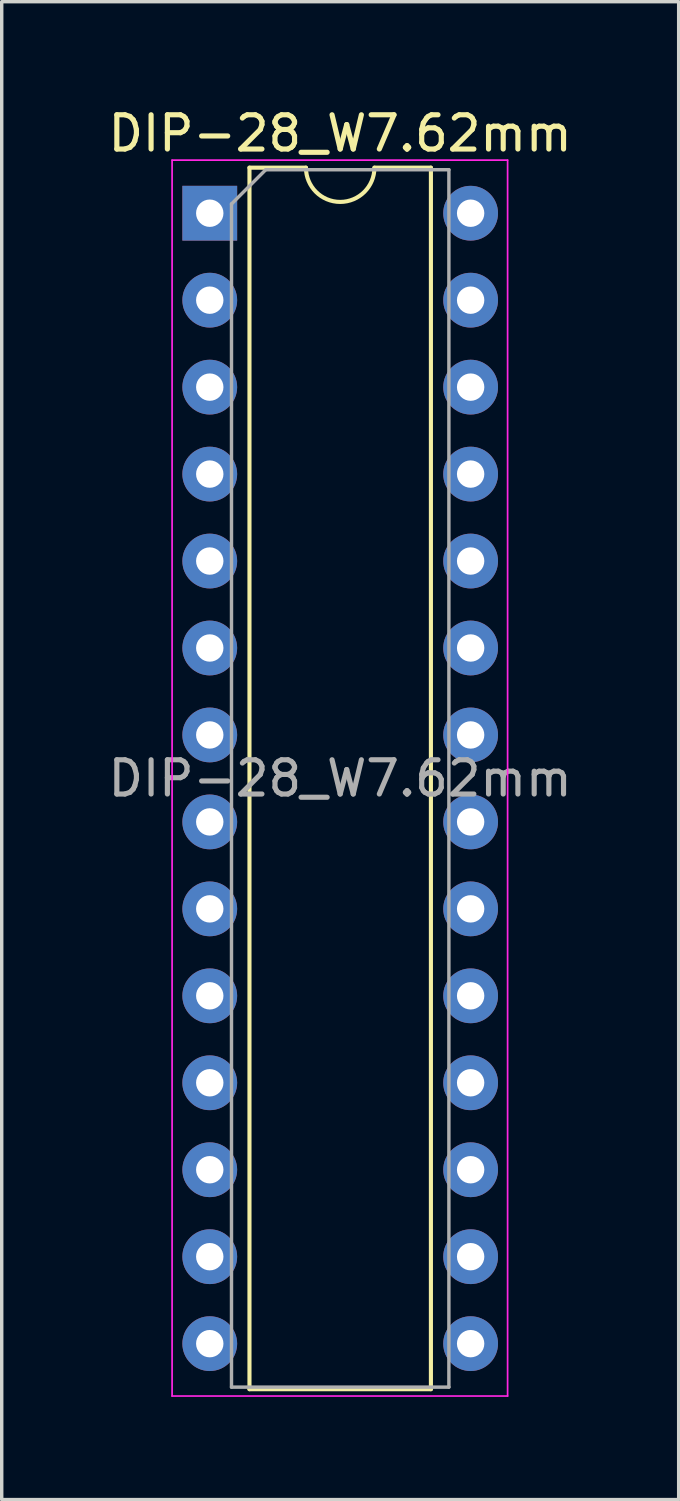
<source format=kicad_pcb>
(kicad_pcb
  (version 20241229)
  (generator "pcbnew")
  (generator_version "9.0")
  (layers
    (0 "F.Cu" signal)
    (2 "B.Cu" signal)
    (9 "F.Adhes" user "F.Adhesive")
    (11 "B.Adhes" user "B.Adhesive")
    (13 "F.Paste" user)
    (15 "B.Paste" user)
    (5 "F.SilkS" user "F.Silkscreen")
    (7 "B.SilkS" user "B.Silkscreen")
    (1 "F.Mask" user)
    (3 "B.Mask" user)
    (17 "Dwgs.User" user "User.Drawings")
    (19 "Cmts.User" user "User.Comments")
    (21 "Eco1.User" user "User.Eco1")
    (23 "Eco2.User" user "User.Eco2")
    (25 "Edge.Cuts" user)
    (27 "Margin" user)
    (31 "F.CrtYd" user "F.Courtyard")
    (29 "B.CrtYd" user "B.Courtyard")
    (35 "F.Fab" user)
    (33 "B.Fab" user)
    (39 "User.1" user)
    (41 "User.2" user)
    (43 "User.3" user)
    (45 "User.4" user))
  (footprint "DIP-28_W7.62mm"
    (layer "F.Cu")
    (at 3.077 3.178)
    (property "Reference" "DIP-28_W7.62mm" (at 3.81 -2.33 0) (layer "F.SilkS") (effects (font (size 1 1) (thickness 0.15))))
    (attr through_hole)
    (fp_line (start 1.16 -1.33) (end 1.16 34.35) (stroke (width 0.12) (type solid)) (layer "F.SilkS"))
    (fp_line (start 1.16 34.35) (end 6.46 34.35) (stroke (width 0.12) (type solid)) (layer "F.SilkS"))
    (fp_line (start 2.81 -1.33) (end 1.16 -1.33) (stroke (width 0.12) (type solid)) (layer "F.SilkS"))
    (fp_line (start 6.46 -1.33) (end 4.81 -1.33) (stroke (width 0.12) (type solid)) (layer "F.SilkS"))
    (fp_line (start 6.46 34.35) (end 6.46 -1.33) (stroke (width 0.12) (type solid)) (layer "F.SilkS"))
    (fp_arc (start 4.81 -1.33) (mid 3.81 -0.33) (end 2.81 -1.33) (stroke (width 0.12) (type solid)) (layer "F.SilkS"))
    (fp_line (start -1.1 -1.55) (end -1.1 34.55) (stroke (width 0.05) (type solid)) (layer "F.CrtYd"))
    (fp_line (start -1.1 34.55) (end 8.7 34.55) (stroke (width 0.05) (type solid)) (layer "F.CrtYd"))
    (fp_line (start 8.7 -1.55) (end -1.1 -1.55) (stroke (width 0.05) (type solid)) (layer "F.CrtYd"))
    (fp_line (start 8.7 34.55) (end 8.7 -1.55) (stroke (width 0.05) (type solid)) (layer "F.CrtYd"))
    (fp_line (start 0.635 -0.27) (end 1.635 -1.27) (stroke (width 0.1) (type solid)) (layer "F.Fab"))
    (fp_line (start 0.635 34.29) (end 0.635 -0.27) (stroke (width 0.1) (type solid)) (layer "F.Fab"))
    (fp_line (start 1.635 -1.27) (end 6.985 -1.27) (stroke (width 0.1) (type solid)) (layer "F.Fab"))
    (fp_line (start 6.985 -1.27) (end 6.985 34.29) (stroke (width 0.1) (type solid)) (layer "F.Fab"))
    (fp_line (start 6.985 34.29) (end 0.635 34.29) (stroke (width 0.1) (type solid)) (layer "F.Fab"))
    (fp_text user "${REFERENCE}" (at 3.81 16.51 0) (layer "F.Fab") (effects (font (size 1 1) (thickness 0.15))))
    (pad "1" thru_hole rect (at 0 0) (size 1.6 1.6) (drill 0.8) (layers "*.Cu" "*.Mask"))
    (pad "2" thru_hole oval (at 0 2.54) (size 1.6 1.6) (drill 0.8) (layers "*.Cu" "*.Mask"))
    (pad "3" thru_hole oval (at 0 5.08) (size 1.6 1.6) (drill 0.8) (layers "*.Cu" "*.Mask"))
    (pad "4" thru_hole oval (at 0 7.62) (size 1.6 1.6) (drill 0.8) (layers "*.Cu" "*.Mask"))
    (pad "5" thru_hole oval (at 0 10.16) (size 1.6 1.6) (drill 0.8) (layers "*.Cu" "*.Mask"))
    (pad "6" thru_hole oval (at 0 12.7) (size 1.6 1.6) (drill 0.8) (layers "*.Cu" "*.Mask"))
    (pad "7" thru_hole oval (at 0 15.24) (size 1.6 1.6) (drill 0.8) (layers "*.Cu" "*.Mask"))
    (pad "8" thru_hole oval (at 0 17.78) (size 1.6 1.6) (drill 0.8) (layers "*.Cu" "*.Mask"))
    (pad "9" thru_hole oval (at 0 20.32) (size 1.6 1.6) (drill 0.8) (layers "*.Cu" "*.Mask"))
    (pad "10" thru_hole oval (at 0 22.86) (size 1.6 1.6) (drill 0.8) (layers "*.Cu" "*.Mask"))
    (pad "11" thru_hole oval (at 0 25.4) (size 1.6 1.6) (drill 0.8) (layers "*.Cu" "*.Mask"))
    (pad "12" thru_hole oval (at 0 27.94) (size 1.6 1.6) (drill 0.8) (layers "*.Cu" "*.Mask"))
    (pad "13" thru_hole oval (at 0 30.48) (size 1.6 1.6) (drill 0.8) (layers "*.Cu" "*.Mask"))
    (pad "14" thru_hole oval (at 0 33.02) (size 1.6 1.6) (drill 0.8) (layers "*.Cu" "*.Mask"))
    (pad "15" thru_hole oval (at 7.62 33.02) (size 1.6 1.6) (drill 0.8) (layers "*.Cu" "*.Mask"))
    (pad "16" thru_hole oval (at 7.62 30.48) (size 1.6 1.6) (drill 0.8) (layers "*.Cu" "*.Mask"))
    (pad "17" thru_hole oval (at 7.62 27.94) (size 1.6 1.6) (drill 0.8) (layers "*.Cu" "*.Mask"))
    (pad "18" thru_hole oval (at 7.62 25.4) (size 1.6 1.6) (drill 0.8) (layers "*.Cu" "*.Mask"))
    (pad "19" thru_hole oval (at 7.62 22.86) (size 1.6 1.6) (drill 0.8) (layers "*.Cu" "*.Mask"))
    (pad "20" thru_hole oval (at 7.62 20.32) (size 1.6 1.6) (drill 0.8) (layers "*.Cu" "*.Mask"))
    (pad "21" thru_hole oval (at 7.62 17.78) (size 1.6 1.6) (drill 0.8) (layers "*.Cu" "*.Mask"))
    (pad "22" thru_hole oval (at 7.62 15.24) (size 1.6 1.6) (drill 0.8) (layers "*.Cu" "*.Mask"))
    (pad "23" thru_hole oval (at 7.62 12.7) (size 1.6 1.6) (drill 0.8) (layers "*.Cu" "*.Mask"))
    (pad "24" thru_hole oval (at 7.62 10.16) (size 1.6 1.6) (drill 0.8) (layers "*.Cu" "*.Mask"))
    (pad "25" thru_hole oval (at 7.62 7.62) (size 1.6 1.6) (drill 0.8) (layers "*.Cu" "*.Mask"))
    (pad "26" thru_hole oval (at 7.62 5.08) (size 1.6 1.6) (drill 0.8) (layers "*.Cu" "*.Mask"))
    (pad "27" thru_hole oval (at 7.62 2.54) (size 1.6 1.6) (drill 0.8) (layers "*.Cu" "*.Mask"))
    (pad "28" thru_hole oval (at 7.62 0) (size 1.6 1.6) (drill 0.8) (layers "*.Cu" "*.Mask")))
  (gr_rect
    (start -3 -3)
    (end 16.774 40.753)
    (stroke (width 0.1) (type default))
    (fill no)
    (layer "Edge.Cuts")))
</source>
